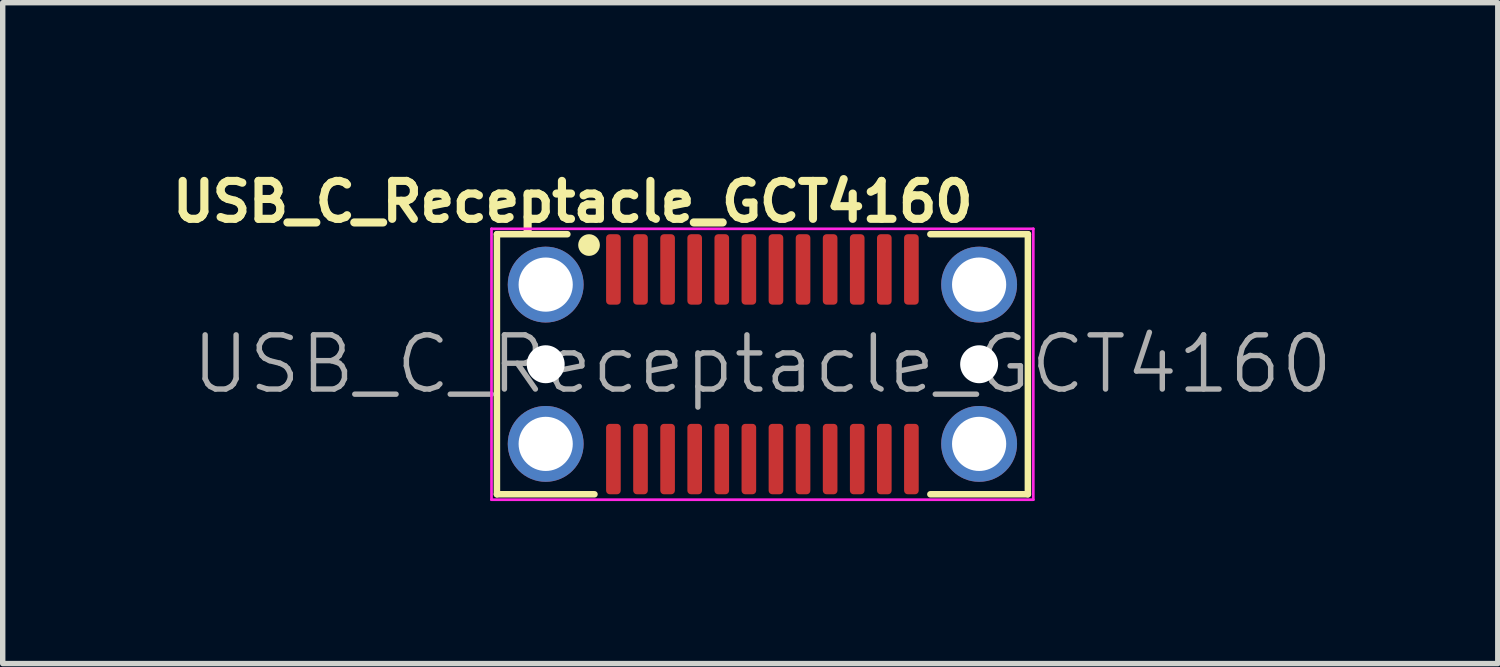
<source format=kicad_pcb>
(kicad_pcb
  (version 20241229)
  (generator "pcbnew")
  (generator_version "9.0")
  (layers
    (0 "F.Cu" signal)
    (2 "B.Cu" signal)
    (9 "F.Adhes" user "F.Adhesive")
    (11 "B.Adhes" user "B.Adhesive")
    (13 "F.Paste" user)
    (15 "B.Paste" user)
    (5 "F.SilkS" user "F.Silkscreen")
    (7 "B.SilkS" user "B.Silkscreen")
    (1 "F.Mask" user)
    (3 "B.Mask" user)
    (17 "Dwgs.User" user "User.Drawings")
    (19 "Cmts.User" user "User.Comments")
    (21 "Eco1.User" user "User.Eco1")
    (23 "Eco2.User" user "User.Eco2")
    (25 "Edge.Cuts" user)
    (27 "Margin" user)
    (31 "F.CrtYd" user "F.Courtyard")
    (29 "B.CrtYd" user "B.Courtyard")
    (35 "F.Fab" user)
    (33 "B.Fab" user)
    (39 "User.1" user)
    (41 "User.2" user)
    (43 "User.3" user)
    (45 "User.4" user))
  (footprint "USB_C_Receptacle_GCT4160"
    (layer "F.Cu")
    (at 11.022 3.673)
    (property "Reference" "USB_C_Receptacle_GCT4160" (at -3.5 -3 0) (layer "F.SilkS") (effects (font (size 0.7 0.7) (thickness 0.15))))
    (attr smd)
    (fp_line (start -4.9 -2.4) (end -4.9 2.4) (stroke (width 0.12) (type solid)) (layer "F.SilkS"))
    (fp_line (start -4.9 -2.4) (end -3.6 -2.4) (stroke (width 0.12) (type solid)) (layer "F.SilkS"))
    (fp_line (start -4.9 2.4) (end -3.1 2.4) (stroke (width 0.12) (type solid)) (layer "F.SilkS"))
    (fp_line (start 3.1 -2.4) (end 4.9 -2.4) (stroke (width 0.12) (type solid)) (layer "F.SilkS"))
    (fp_line (start 3.1 2.4) (end 4.9 2.4) (stroke (width 0.12) (type solid)) (layer "F.SilkS"))
    (fp_line (start 4.9 -2.4) (end 4.9 2.4) (stroke (width 0.12) (type solid)) (layer "F.SilkS"))
    (fp_circle (center -3.2 -2.2) (end -3.1 -2.2) (stroke (width 0.2) (type solid)) (fill no) (layer "F.SilkS"))
    (fp_line (start -5 -2.5) (end 5 -2.5) (stroke (width 0.05) (type solid)) (layer "F.CrtYd"))
    (fp_line (start -5 2.5) (end -5 -2.5) (stroke (width 0.05) (type solid)) (layer "F.CrtYd"))
    (fp_line (start 5 -2.5) (end 5 2.5) (stroke (width 0.05) (type solid)) (layer "F.CrtYd"))
    (fp_line (start 5 2.5) (end -5 2.5) (stroke (width 0.05) (type solid)) (layer "F.CrtYd"))
    (fp_text user "${REFERENCE}" (at 0 0 0) (layer "F.Fab") (effects (font (size 1 1) (thickness 0.1))))
    (pad "" np_thru_hole circle (at -4 0) (size 0.7 0.7) (drill 0.7) (layers "*.Cu" "*.Mask"))
    (pad "" np_thru_hole circle (at 4 0) (size 0.7 0.7) (drill 0.7) (layers "*.Cu" "*.Mask"))
    (pad "A1" smd roundrect (at -2.75 -1.75) (size 0.27 1.3) (layers "F.Cu" "F.Mask" "F.Paste") (roundrect_rratio 0.25))
    (pad "A2" smd roundrect (at -2.25 -1.75) (size 0.27 1.3) (layers "F.Cu" "F.Mask" "F.Paste") (roundrect_rratio 0.25))
    (pad "A3" smd roundrect (at -1.75 -1.75) (size 0.27 1.3) (layers "F.Cu" "F.Mask" "F.Paste") (roundrect_rratio 0.25))
    (pad "A4" smd roundrect (at -1.25 -1.75) (size 0.27 1.3) (layers "F.Cu" "F.Mask" "F.Paste") (roundrect_rratio 0.25))
    (pad "A5" smd roundrect (at -0.75 -1.75) (size 0.27 1.3) (layers "F.Cu" "F.Mask" "F.Paste") (roundrect_rratio 0.25))
    (pad "A6" smd roundrect (at -0.25 -1.75) (size 0.27 1.3) (layers "F.Cu" "F.Mask" "F.Paste") (roundrect_rratio 0.25))
    (pad "A7" smd roundrect (at 0.25 -1.75) (size 0.27 1.3) (layers "F.Cu" "F.Mask" "F.Paste") (roundrect_rratio 0.25))
    (pad "A8" smd roundrect (at 0.75 -1.75) (size 0.27 1.3) (layers "F.Cu" "F.Mask" "F.Paste") (roundrect_rratio 0.25))
    (pad "A9" smd roundrect (at 1.25 -1.75) (size 0.27 1.3) (layers "F.Cu" "F.Mask" "F.Paste") (roundrect_rratio 0.25))
    (pad "A10" smd roundrect (at 1.75 -1.75) (size 0.27 1.3) (layers "F.Cu" "F.Mask" "F.Paste") (roundrect_rratio 0.25))
    (pad "A11" smd roundrect (at 2.25 -1.75) (size 0.27 1.3) (layers "F.Cu" "F.Mask" "F.Paste") (roundrect_rratio 0.25))
    (pad "A12" smd roundrect (at 2.75 -1.75) (size 0.27 1.3) (layers "F.Cu" "F.Mask" "F.Paste") (roundrect_rratio 0.25))
    (pad "B1" smd roundrect (at 2.75 1.75) (size 0.27 1.3) (layers "F.Cu" "F.Mask" "F.Paste") (roundrect_rratio 0.25))
    (pad "B2" smd roundrect (at 2.25 1.75) (size 0.27 1.3) (layers "F.Cu" "F.Mask" "F.Paste") (roundrect_rratio 0.25))
    (pad "B3" smd roundrect (at 1.75 1.75) (size 0.27 1.3) (layers "F.Cu" "F.Mask" "F.Paste") (roundrect_rratio 0.25))
    (pad "B4" smd roundrect (at 1.25 1.75) (size 0.27 1.3) (layers "F.Cu" "F.Mask" "F.Paste") (roundrect_rratio 0.25))
    (pad "B5" smd roundrect (at 0.75 1.75) (size 0.27 1.3) (layers "F.Cu" "F.Mask" "F.Paste") (roundrect_rratio 0.25))
    (pad "B6" smd roundrect (at 0.25 1.75) (size 0.27 1.3) (layers "F.Cu" "F.Mask" "F.Paste") (roundrect_rratio 0.25))
    (pad "B7" smd roundrect (at -0.25 1.75) (size 0.27 1.3) (layers "F.Cu" "F.Mask" "F.Paste") (roundrect_rratio 0.25))
    (pad "B8" smd roundrect (at -0.75 1.75) (size 0.27 1.3) (layers "F.Cu" "F.Mask" "F.Paste") (roundrect_rratio 0.25))
    (pad "B9" smd roundrect (at -1.25 1.75) (size 0.27 1.3) (layers "F.Cu" "F.Mask" "F.Paste") (roundrect_rratio 0.25))
    (pad "B10" smd roundrect (at -1.75 1.75) (size 0.27 1.3) (layers "F.Cu" "F.Mask" "F.Paste") (roundrect_rratio 0.25))
    (pad "B11" smd roundrect (at -2.25 1.75) (size 0.27 1.3) (layers "F.Cu" "F.Mask" "F.Paste") (roundrect_rratio 0.25))
    (pad "B12" smd roundrect (at -2.75 1.75) (size 0.27 1.3) (layers "F.Cu" "F.Mask" "F.Paste") (roundrect_rratio 0.25))
    (pad "S1" thru_hole circle (at -4 -1.47 90) (size 1.4 1.4) (drill 1) (layers "*.Cu" "*.Mask"))
    (pad "S1" thru_hole circle (at -4 1.47 90) (size 1.4 1.4) (drill 1) (layers "*.Cu" "*.Mask"))
    (pad "S1" thru_hole circle (at 4 -1.47 90) (size 1.4 1.4) (drill 1) (layers "*.Cu" "*.Mask"))
    (pad "S1" thru_hole circle (at 4 1.47 90) (size 1.4 1.4) (drill 1) (layers "*.Cu" "*.Mask")))
  (gr_rect
    (start -3 -3)
    (end 24.595 9.198)
    (stroke (width 0.1) (type default))
    (fill no)
    (layer "Edge.Cuts")))
</source>
